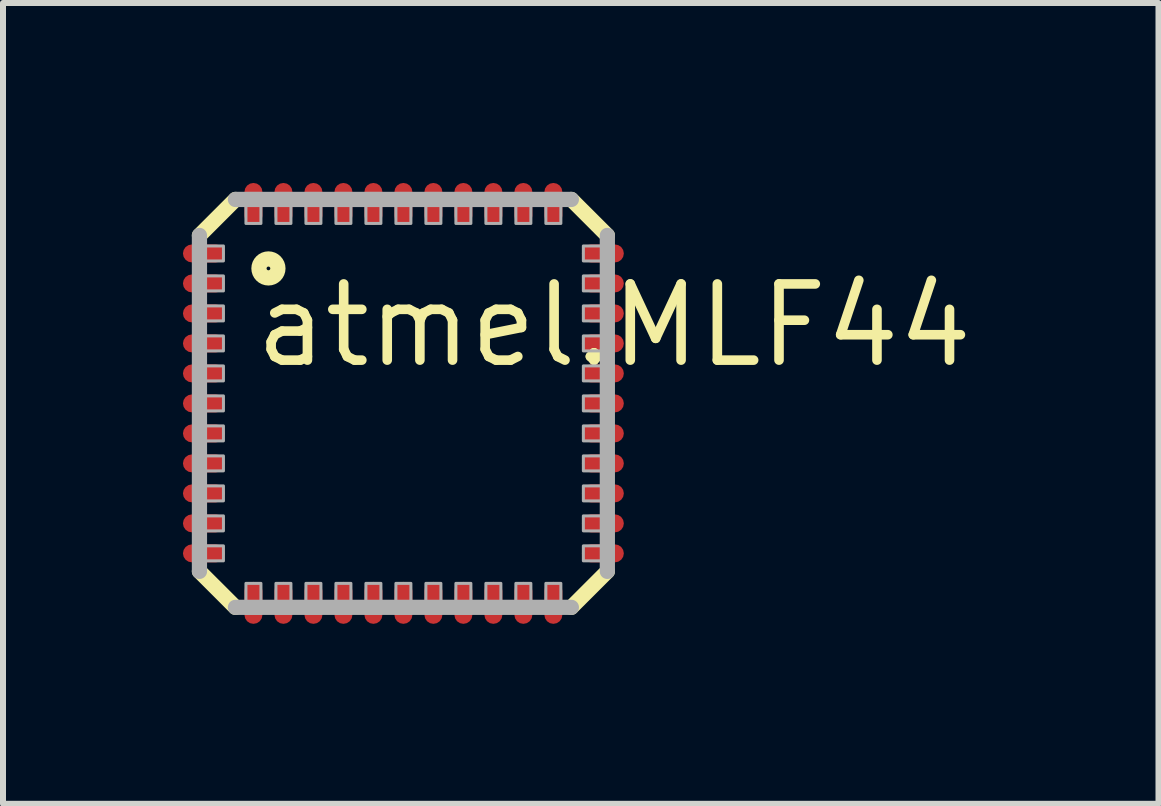
<source format=kicad_pcb>
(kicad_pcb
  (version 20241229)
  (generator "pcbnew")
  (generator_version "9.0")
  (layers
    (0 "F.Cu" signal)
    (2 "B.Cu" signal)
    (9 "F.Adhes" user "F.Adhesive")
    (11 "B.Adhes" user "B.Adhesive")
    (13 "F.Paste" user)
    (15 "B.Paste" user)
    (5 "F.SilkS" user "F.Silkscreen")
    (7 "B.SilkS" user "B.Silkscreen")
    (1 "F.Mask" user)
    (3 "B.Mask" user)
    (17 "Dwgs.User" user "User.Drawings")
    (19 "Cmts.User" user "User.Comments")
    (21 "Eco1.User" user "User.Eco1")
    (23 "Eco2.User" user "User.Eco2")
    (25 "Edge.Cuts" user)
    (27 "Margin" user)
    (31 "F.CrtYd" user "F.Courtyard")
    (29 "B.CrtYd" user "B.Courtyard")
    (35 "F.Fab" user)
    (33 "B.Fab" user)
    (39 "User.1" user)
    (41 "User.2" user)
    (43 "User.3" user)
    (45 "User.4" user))
  (footprint "atmel.MLF44"
    (layer "F.Cu")
    (at 3.675 3.675)
    (property "Reference" "atmel.MLF44" (at -2.552 -0.558 0) (layer "F.SilkS") (effects (font (size 1.27 1.27) (thickness 0.16)) (justify left bottom)))
    (attr smd)
    (fp_line (start -3.4 -2.8) (end -2.8 -3.4) (stroke (width 0.254) (type default)) (layer "F.SilkS"))
    (fp_line (start -2.8 3.4) (end -3.4 2.8) (stroke (width 0.254) (type default)) (layer "F.SilkS"))
    (fp_line (start 2.8 -3.4) (end 3.4 -2.8) (stroke (width 0.254) (type default)) (layer "F.SilkS"))
    (fp_line (start 3.4 2.8) (end 2.8 3.4) (stroke (width 0.254) (type default)) (layer "F.SilkS"))
    (fp_circle (center -2.25 -2.25) (end -2.092 -2.25) (stroke (width 0.254) (type default)) (fill no) (layer "F.SilkS"))
    (fp_line (start -3.4 2.8) (end -3.4 -2.8) (stroke (width 0.254) (type default)) (layer "F.Fab"))
    (fp_line (start -2.8 -3.4) (end 2.8 -3.4) (stroke (width 0.254) (type default)) (layer "F.Fab"))
    (fp_line (start 2.8 3.4) (end -2.8 3.4) (stroke (width 0.254) (type default)) (layer "F.Fab"))
    (fp_line (start 3.4 -2.8) (end 3.4 2.8) (stroke (width 0.254) (type default)) (layer "F.Fab"))
    (fp_rect (start -3.5 -2.375) (end -3 -2.625) (stroke (width 0.05) (type default)) (fill no) (layer "F.Fab"))
    (fp_rect (start -3.5 -1.875) (end -3 -2.125) (stroke (width 0.05) (type default)) (fill no) (layer "F.Fab"))
    (fp_rect (start -3.5 -1.375) (end -3 -1.625) (stroke (width 0.05) (type default)) (fill no) (layer "F.Fab"))
    (fp_rect (start -3.5 -0.875) (end -3 -1.125) (stroke (width 0.05) (type default)) (fill no) (layer "F.Fab"))
    (fp_rect (start -3.5 -0.375) (end -3 -0.625) (stroke (width 0.05) (type default)) (fill no) (layer "F.Fab"))
    (fp_rect (start -3.5 0.125) (end -3 -0.125) (stroke (width 0.05) (type default)) (fill no) (layer "F.Fab"))
    (fp_rect (start -3.5 0.625) (end -3 0.375) (stroke (width 0.05) (type default)) (fill no) (layer "F.Fab"))
    (fp_rect (start -3.5 1.125) (end -3 0.875) (stroke (width 0.05) (type default)) (fill no) (layer "F.Fab"))
    (fp_rect (start -3.5 1.625) (end -3 1.375) (stroke (width 0.05) (type default)) (fill no) (layer "F.Fab"))
    (fp_rect (start -3.5 2.125) (end -3 1.875) (stroke (width 0.05) (type default)) (fill no) (layer "F.Fab"))
    (fp_rect (start -3.5 2.625) (end -3 2.375) (stroke (width 0.05) (type default)) (fill no) (layer "F.Fab"))
    (fp_rect (start -2.625 -3) (end -2.375 -3.5) (stroke (width 0.05) (type default)) (fill no) (layer "F.Fab"))
    (fp_rect (start -2.625 3.5) (end -2.375 3) (stroke (width 0.05) (type default)) (fill no) (layer "F.Fab"))
    (fp_rect (start -2.125 -3) (end -1.875 -3.5) (stroke (width 0.05) (type default)) (fill no) (layer "F.Fab"))
    (fp_rect (start -2.125 3.5) (end -1.875 3) (stroke (width 0.05) (type default)) (fill no) (layer "F.Fab"))
    (fp_rect (start -1.625 -3) (end -1.375 -3.5) (stroke (width 0.05) (type default)) (fill no) (layer "F.Fab"))
    (fp_rect (start -1.625 3.5) (end -1.375 3) (stroke (width 0.05) (type default)) (fill no) (layer "F.Fab"))
    (fp_rect (start -1.125 -3) (end -0.875 -3.5) (stroke (width 0.05) (type default)) (fill no) (layer "F.Fab"))
    (fp_rect (start -1.125 3.5) (end -0.875 3) (stroke (width 0.05) (type default)) (fill no) (layer "F.Fab"))
    (fp_rect (start -0.625 -3) (end -0.375 -3.5) (stroke (width 0.05) (type default)) (fill no) (layer "F.Fab"))
    (fp_rect (start -0.625 3.5) (end -0.375 3) (stroke (width 0.05) (type default)) (fill no) (layer "F.Fab"))
    (fp_rect (start -0.125 -3) (end 0.125 -3.5) (stroke (width 0.05) (type default)) (fill no) (layer "F.Fab"))
    (fp_rect (start -0.125 3.5) (end 0.125 3) (stroke (width 0.05) (type default)) (fill no) (layer "F.Fab"))
    (fp_rect (start 0.375 -3) (end 0.625 -3.5) (stroke (width 0.05) (type default)) (fill no) (layer "F.Fab"))
    (fp_rect (start 0.375 3.5) (end 0.625 3) (stroke (width 0.05) (type default)) (fill no) (layer "F.Fab"))
    (fp_rect (start 0.875 -3) (end 1.125 -3.5) (stroke (width 0.05) (type default)) (fill no) (layer "F.Fab"))
    (fp_rect (start 0.875 3.5) (end 1.125 3) (stroke (width 0.05) (type default)) (fill no) (layer "F.Fab"))
    (fp_rect (start 1.375 -3) (end 1.625 -3.5) (stroke (width 0.05) (type default)) (fill no) (layer "F.Fab"))
    (fp_rect (start 1.375 3.5) (end 1.625 3) (stroke (width 0.05) (type default)) (fill no) (layer "F.Fab"))
    (fp_rect (start 1.875 -3) (end 2.125 -3.5) (stroke (width 0.05) (type default)) (fill no) (layer "F.Fab"))
    (fp_rect (start 1.875 3.5) (end 2.125 3) (stroke (width 0.05) (type default)) (fill no) (layer "F.Fab"))
    (fp_rect (start 2.375 -3) (end 2.625 -3.5) (stroke (width 0.05) (type default)) (fill no) (layer "F.Fab"))
    (fp_rect (start 2.375 3.5) (end 2.625 3) (stroke (width 0.05) (type default)) (fill no) (layer "F.Fab"))
    (fp_rect (start 3 -2.375) (end 3.5 -2.625) (stroke (width 0.05) (type default)) (fill no) (layer "F.Fab"))
    (fp_rect (start 3 -1.875) (end 3.5 -2.125) (stroke (width 0.05) (type default)) (fill no) (layer "F.Fab"))
    (fp_rect (start 3 -1.375) (end 3.5 -1.625) (stroke (width 0.05) (type default)) (fill no) (layer "F.Fab"))
    (fp_rect (start 3 -0.875) (end 3.5 -1.125) (stroke (width 0.05) (type default)) (fill no) (layer "F.Fab"))
    (fp_rect (start 3 -0.375) (end 3.5 -0.625) (stroke (width 0.05) (type default)) (fill no) (layer "F.Fab"))
    (fp_rect (start 3 0.125) (end 3.5 -0.125) (stroke (width 0.05) (type default)) (fill no) (layer "F.Fab"))
    (fp_rect (start 3 0.625) (end 3.5 0.375) (stroke (width 0.05) (type default)) (fill no) (layer "F.Fab"))
    (fp_rect (start 3 1.125) (end 3.5 0.875) (stroke (width 0.05) (type default)) (fill no) (layer "F.Fab"))
    (fp_rect (start 3 1.625) (end 3.5 1.375) (stroke (width 0.05) (type default)) (fill no) (layer "F.Fab"))
    (fp_rect (start 3 2.125) (end 3.5 1.875) (stroke (width 0.05) (type default)) (fill no) (layer "F.Fab"))
    (fp_rect (start 3 2.625) (end 3.5 2.375) (stroke (width 0.05) (type default)) (fill no) (layer "F.Fab"))
    (pad "1" smd roundrect (at -3.325 -2.5) (size 0.7 0.3) (layers "F.Cu" "F.Mask" "F.Paste") (roundrect_rratio 0.5))
    (pad "2" smd roundrect (at -3.325 -2) (size 0.7 0.3) (layers "F.Cu" "F.Mask" "F.Paste") (roundrect_rratio 0.5))
    (pad "3" smd roundrect (at -3.325 -1.5) (size 0.7 0.3) (layers "F.Cu" "F.Mask" "F.Paste") (roundrect_rratio 0.5))
    (pad "4" smd roundrect (at -3.325 -1) (size 0.7 0.3) (layers "F.Cu" "F.Mask" "F.Paste") (roundrect_rratio 0.5))
    (pad "5" smd roundrect (at -3.325 -0.5) (size 0.7 0.3) (layers "F.Cu" "F.Mask" "F.Paste") (roundrect_rratio 0.5))
    (pad "6" smd roundrect (at -3.325 0) (size 0.7 0.3) (layers "F.Cu" "F.Mask" "F.Paste") (roundrect_rratio 0.5))
    (pad "7" smd roundrect (at -3.325 0.5) (size 0.7 0.3) (layers "F.Cu" "F.Mask" "F.Paste") (roundrect_rratio 0.5))
    (pad "8" smd roundrect (at -3.325 1) (size 0.7 0.3) (layers "F.Cu" "F.Mask" "F.Paste") (roundrect_rratio 0.5))
    (pad "9" smd roundrect (at -3.325 1.5) (size 0.7 0.3) (layers "F.Cu" "F.Mask" "F.Paste") (roundrect_rratio 0.5))
    (pad "10" smd roundrect (at -3.325 2) (size 0.7 0.3) (layers "F.Cu" "F.Mask" "F.Paste") (roundrect_rratio 0.5))
    (pad "11" smd roundrect (at -3.325 2.5) (size 0.7 0.3) (layers "F.Cu" "F.Mask" "F.Paste") (roundrect_rratio 0.5))
    (pad "12" smd roundrect (at -2.5 3.325) (size 0.3 0.7) (layers "F.Cu" "F.Mask" "F.Paste") (roundrect_rratio 0.5))
    (pad "13" smd roundrect (at -2 3.325) (size 0.3 0.7) (layers "F.Cu" "F.Mask" "F.Paste") (roundrect_rratio 0.5))
    (pad "14" smd roundrect (at -1.5 3.325) (size 0.3 0.7) (layers "F.Cu" "F.Mask" "F.Paste") (roundrect_rratio 0.5))
    (pad "15" smd roundrect (at -1 3.325) (size 0.3 0.7) (layers "F.Cu" "F.Mask" "F.Paste") (roundrect_rratio 0.5))
    (pad "16" smd roundrect (at -0.5 3.325) (size 0.3 0.7) (layers "F.Cu" "F.Mask" "F.Paste") (roundrect_rratio 0.5))
    (pad "17" smd roundrect (at 0 3.325) (size 0.3 0.7) (layers "F.Cu" "F.Mask" "F.Paste") (roundrect_rratio 0.5))
    (pad "18" smd roundrect (at 0.5 3.325) (size 0.3 0.7) (layers "F.Cu" "F.Mask" "F.Paste") (roundrect_rratio 0.5))
    (pad "19" smd roundrect (at 1 3.325) (size 0.3 0.7) (layers "F.Cu" "F.Mask" "F.Paste") (roundrect_rratio 0.5))
    (pad "20" smd roundrect (at 1.5 3.325) (size 0.3 0.7) (layers "F.Cu" "F.Mask" "F.Paste") (roundrect_rratio 0.5))
    (pad "21" smd roundrect (at 2 3.325) (size 0.3 0.7) (layers "F.Cu" "F.Mask" "F.Paste") (roundrect_rratio 0.5))
    (pad "22" smd roundrect (at 2.5 3.325) (size 0.3 0.7) (layers "F.Cu" "F.Mask" "F.Paste") (roundrect_rratio 0.5))
    (pad "23" smd roundrect (at 3.325 2.5) (size 0.7 0.3) (layers "F.Cu" "F.Mask" "F.Paste") (roundrect_rratio 0.5))
    (pad "24" smd roundrect (at 3.325 2) (size 0.7 0.3) (layers "F.Cu" "F.Mask" "F.Paste") (roundrect_rratio 0.5))
    (pad "25" smd roundrect (at 3.325 1.5) (size 0.7 0.3) (layers "F.Cu" "F.Mask" "F.Paste") (roundrect_rratio 0.5))
    (pad "26" smd roundrect (at 3.325 1) (size 0.7 0.3) (layers "F.Cu" "F.Mask" "F.Paste") (roundrect_rratio 0.5))
    (pad "27" smd roundrect (at 3.325 0.5) (size 0.7 0.3) (layers "F.Cu" "F.Mask" "F.Paste") (roundrect_rratio 0.5))
    (pad "28" smd roundrect (at 3.325 0) (size 0.7 0.3) (layers "F.Cu" "F.Mask" "F.Paste") (roundrect_rratio 0.5))
    (pad "29" smd roundrect (at 3.325 -0.5) (size 0.7 0.3) (layers "F.Cu" "F.Mask" "F.Paste") (roundrect_rratio 0.5))
    (pad "30" smd roundrect (at 3.325 -1) (size 0.7 0.3) (layers "F.Cu" "F.Mask" "F.Paste") (roundrect_rratio 0.5))
    (pad "31" smd roundrect (at 3.325 -1.5) (size 0.7 0.3) (layers "F.Cu" "F.Mask" "F.Paste") (roundrect_rratio 0.5))
    (pad "32" smd roundrect (at 3.325 -2) (size 0.7 0.3) (layers "F.Cu" "F.Mask" "F.Paste") (roundrect_rratio 0.5))
    (pad "33" smd roundrect (at 3.325 -2.5) (size 0.7 0.3) (layers "F.Cu" "F.Mask" "F.Paste") (roundrect_rratio 0.5))
    (pad "34" smd roundrect (at 2.5 -3.325) (size 0.3 0.7) (layers "F.Cu" "F.Mask" "F.Paste") (roundrect_rratio 0.5))
    (pad "35" smd roundrect (at 2 -3.325) (size 0.3 0.7) (layers "F.Cu" "F.Mask" "F.Paste") (roundrect_rratio 0.5))
    (pad "36" smd roundrect (at 1.5 -3.325) (size 0.3 0.7) (layers "F.Cu" "F.Mask" "F.Paste") (roundrect_rratio 0.5))
    (pad "37" smd roundrect (at 1 -3.325) (size 0.3 0.7) (layers "F.Cu" "F.Mask" "F.Paste") (roundrect_rratio 0.5))
    (pad "38" smd roundrect (at 0.5 -3.325) (size 0.3 0.7) (layers "F.Cu" "F.Mask" "F.Paste") (roundrect_rratio 0.5))
    (pad "39" smd roundrect (at 0 -3.325) (size 0.3 0.7) (layers "F.Cu" "F.Mask" "F.Paste") (roundrect_rratio 0.5))
    (pad "40" smd roundrect (at -0.5 -3.325) (size 0.3 0.7) (layers "F.Cu" "F.Mask" "F.Paste") (roundrect_rratio 0.5))
    (pad "41" smd roundrect (at -1 -3.325) (size 0.3 0.7) (layers "F.Cu" "F.Mask" "F.Paste") (roundrect_rratio 0.5))
    (pad "42" smd roundrect (at -1.5 -3.325) (size 0.3 0.7) (layers "F.Cu" "F.Mask" "F.Paste") (roundrect_rratio 0.5))
    (pad "43" smd roundrect (at -2 -3.325) (size 0.3 0.7) (layers "F.Cu" "F.Mask" "F.Paste") (roundrect_rratio 0.5))
    (pad "44" smd roundrect (at -2.5 -3.325) (size 0.3 0.7) (layers "F.Cu" "F.Mask" "F.Paste") (roundrect_rratio 0.5)))
  (gr_rect
    (start -3 -3)
    (end 16.263 10.35)
    (stroke (width 0.1) (type default))
    (fill no)
    (layer "Edge.Cuts")))
</source>
